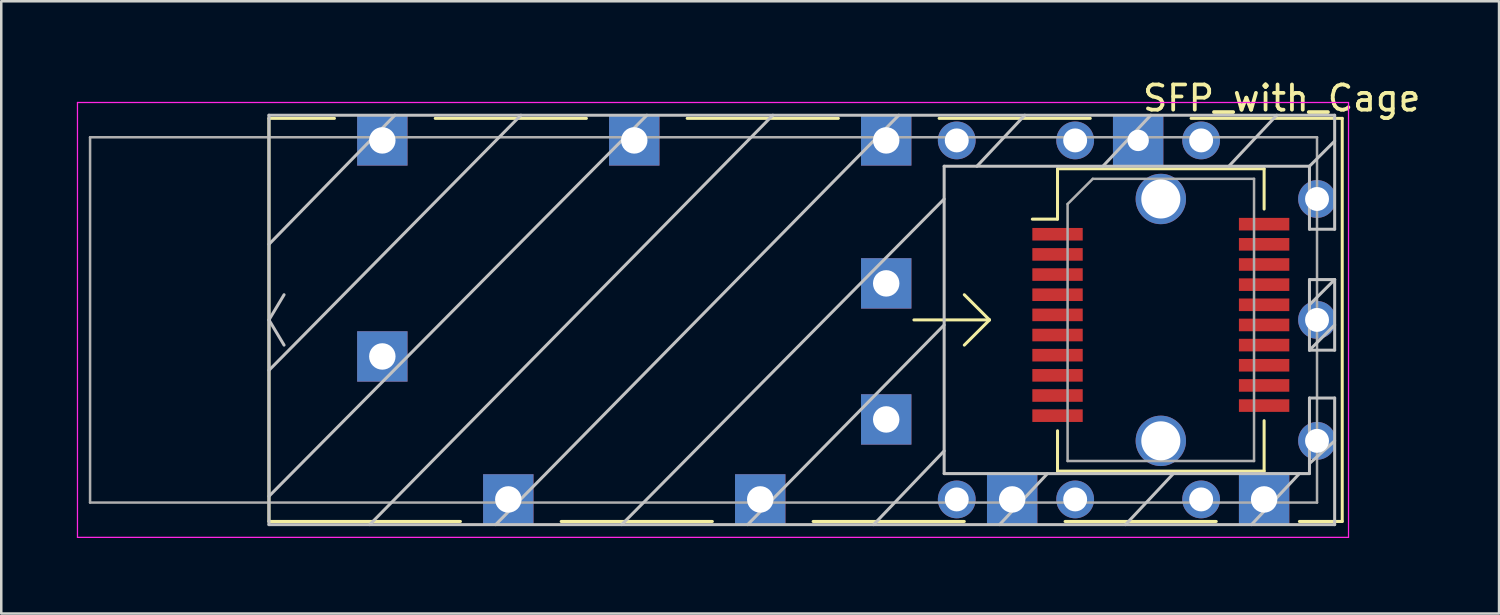
<source format=kicad_pcb>
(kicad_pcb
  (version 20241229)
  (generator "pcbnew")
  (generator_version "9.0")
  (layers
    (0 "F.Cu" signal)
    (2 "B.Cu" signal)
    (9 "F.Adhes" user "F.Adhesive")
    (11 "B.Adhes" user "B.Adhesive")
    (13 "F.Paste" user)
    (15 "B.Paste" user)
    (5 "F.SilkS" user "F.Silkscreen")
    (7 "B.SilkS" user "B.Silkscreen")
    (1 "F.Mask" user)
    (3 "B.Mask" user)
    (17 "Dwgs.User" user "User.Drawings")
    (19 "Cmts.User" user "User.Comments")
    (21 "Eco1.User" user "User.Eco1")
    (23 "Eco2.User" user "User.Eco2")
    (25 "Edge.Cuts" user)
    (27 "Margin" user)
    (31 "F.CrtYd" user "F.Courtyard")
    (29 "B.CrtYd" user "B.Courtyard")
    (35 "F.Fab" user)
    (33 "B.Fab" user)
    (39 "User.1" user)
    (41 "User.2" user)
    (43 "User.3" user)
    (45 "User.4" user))
  (footprint "SFP_with_Cage"
    (layer "F.Cu")
    (at 49.225 9.648)
    (property "Reference" "SFP_with_Cage" (at -1.4 -8.8 0) (layer "F.SilkS") (effects (font (size 1 1) (thickness 0.15))))
    (attr smd)
    (fp_line (start -41.6 8) (end -41.6 -8) (stroke (width 0.12) (type solid)) (layer "F.SilkS"))
    (fp_line (start -39 -8) (end -41.6 -8) (stroke (width 0.12) (type solid)) (layer "F.SilkS"))
    (fp_line (start -34 8) (end -41.6 8) (stroke (width 0.12) (type solid)) (layer "F.SilkS"))
    (fp_line (start -30 8) (end -24 8) (stroke (width 0.12) (type solid)) (layer "F.SilkS"))
    (fp_line (start -29 -8) (end -35 -8) (stroke (width 0.12) (type solid)) (layer "F.SilkS"))
    (fp_line (start -20 8) (end -14 8) (stroke (width 0.12) (type solid)) (layer "F.SilkS"))
    (fp_line (start -19 -8) (end -25 -8) (stroke (width 0.12) (type solid)) (layer "F.SilkS"))
    (fp_line (start -13 0) (end -16 0) (stroke (width 0.12) (type solid)) (layer "F.SilkS"))
    (fp_line (start -13 0) (end -14 -1) (stroke (width 0.12) (type solid)) (layer "F.SilkS"))
    (fp_line (start -13 0) (end -14 1) (stroke (width 0.12) (type solid)) (layer "F.SilkS"))
    (fp_line (start -10.3 -6) (end -10.3 -4) (stroke (width 0.12) (type solid)) (layer "F.SilkS"))
    (fp_line (start -10.3 -4) (end -11.3 -4) (stroke (width 0.12) (type solid)) (layer "F.SilkS"))
    (fp_line (start -10.3 4.4) (end -10.3 6) (stroke (width 0.12) (type solid)) (layer "F.SilkS"))
    (fp_line (start -10 8) (end -4 8) (stroke (width 0.12) (type solid)) (layer "F.SilkS"))
    (fp_line (start -9 -8) (end -15 -8) (stroke (width 0.12) (type solid)) (layer "F.SilkS"))
    (fp_line (start -2.1 -6) (end -10.3 -6) (stroke (width 0.12) (type solid)) (layer "F.SilkS"))
    (fp_line (start -2.1 -4.4) (end -2.1 -6) (stroke (width 0.12) (type solid)) (layer "F.SilkS"))
    (fp_line (start -2.1 4) (end -2.1 6) (stroke (width 0.12) (type solid)) (layer "F.SilkS"))
    (fp_line (start -2.1 6) (end -10.3 6) (stroke (width 0.12) (type solid)) (layer "F.SilkS"))
    (fp_line (start -0.7 8) (end 1 8) (stroke (width 0.12) (type solid)) (layer "F.SilkS"))
    (fp_line (start 1 -8) (end -5 -8) (stroke (width 0.12) (type solid)) (layer "F.SilkS"))
    (fp_line (start 1 8) (end 1 -8) (stroke (width 0.12) (type solid)) (layer "F.SilkS"))
    (fp_line (start -41.6 -8.125) (end 0.7 -8.125) (stroke (width 0.12) (type solid)) (layer "Dwgs.User"))
    (fp_line (start -41.6 0) (end -41 -1) (stroke (width 0.12) (type solid)) (layer "Dwgs.User"))
    (fp_line (start -41.6 8.125) (end -41.6 -8.125) (stroke (width 0.12) (type solid)) (layer "Dwgs.User"))
    (fp_line (start -41 1) (end -41.6 0) (stroke (width 0.12) (type solid)) (layer "Dwgs.User"))
    (fp_line (start -36.6 -8.125) (end -41.6 -3) (stroke (width 0.12) (type solid)) (layer "Dwgs.User"))
    (fp_line (start -31.6 -8.125) (end -41.6 2) (stroke (width 0.12) (type solid)) (layer "Dwgs.User"))
    (fp_line (start -27.6 8.125) (end -14.8 -4.8) (stroke (width 0.12) (type solid)) (layer "Dwgs.User"))
    (fp_line (start -26.6 -8.125) (end -41.6 7) (stroke (width 0.12) (type solid)) (layer "Dwgs.User"))
    (fp_line (start -22.6 8.125) (end -14.8 0.2) (stroke (width 0.12) (type solid)) (layer "Dwgs.User"))
    (fp_line (start -21.6 -8.125) (end -37.6 8.125) (stroke (width 0.12) (type solid)) (layer "Dwgs.User"))
    (fp_line (start -17.6 8.125) (end -14.8 5.2) (stroke (width 0.12) (type solid)) (layer "Dwgs.User"))
    (fp_line (start -16.6 -8.125) (end -32.6 8.125) (stroke (width 0.12) (type solid)) (layer "Dwgs.User"))
    (fp_line (start -14.8 -6.1) (end -14.8 6.1) (stroke (width 0.12) (type solid)) (layer "Dwgs.User"))
    (fp_line (start -14.8 6.1) (end -0.3 6.1) (stroke (width 0.12) (type solid)) (layer "Dwgs.User"))
    (fp_line (start -13.5 -6.1) (end -11.6 -8.125) (stroke (width 0.12) (type solid)) (layer "Dwgs.User"))
    (fp_line (start -12.6 8.125) (end -10.7 6.1) (stroke (width 0.12) (type solid)) (layer "Dwgs.User"))
    (fp_line (start -7.6 8.125) (end -5.7 6.1) (stroke (width 0.12) (type solid)) (layer "Dwgs.User"))
    (fp_line (start -6.6 -8.125) (end -8.5 -6.1) (stroke (width 0.12) (type solid)) (layer "Dwgs.User"))
    (fp_line (start -2.6 8.125) (end -0.7 6.1) (stroke (width 0.12) (type solid)) (layer "Dwgs.User"))
    (fp_line (start -1.6 -8.125) (end -3.5 -6.1) (stroke (width 0.12) (type solid)) (layer "Dwgs.User"))
    (fp_line (start -0.3 -6.1) (end -14.8 -6.1) (stroke (width 0.12) (type solid)) (layer "Dwgs.User"))
    (fp_line (start -0.3 -6.1) (end 0.7 -7.1) (stroke (width 0.12) (type solid)) (layer "Dwgs.User"))
    (fp_line (start -0.3 -3.6) (end -0.3 -6.1) (stroke (width 0.12) (type solid)) (layer "Dwgs.User"))
    (fp_line (start -0.3 -1.6) (end 0.7 -1.6) (stroke (width 0.12) (type solid)) (layer "Dwgs.User"))
    (fp_line (start -0.3 1.2) (end -0.3 -1.6) (stroke (width 0.12) (type solid)) (layer "Dwgs.User"))
    (fp_line (start -0.3 1.2) (end 0.7 0.2) (stroke (width 0.12) (type solid)) (layer "Dwgs.User"))
    (fp_line (start -0.3 3.1) (end 0.7 3.1) (stroke (width 0.12) (type solid)) (layer "Dwgs.User"))
    (fp_line (start -0.3 5.7) (end 0.7 4.8) (stroke (width 0.12) (type solid)) (layer "Dwgs.User"))
    (fp_line (start -0.3 6.1) (end -0.3 3.1) (stroke (width 0.12) (type solid)) (layer "Dwgs.User"))
    (fp_line (start 0.7 -8.125) (end 0.7 -3.6) (stroke (width 0.12) (type solid)) (layer "Dwgs.User"))
    (fp_line (start 0.7 -3.6) (end -0.3 -3.6) (stroke (width 0.12) (type solid)) (layer "Dwgs.User"))
    (fp_line (start 0.7 -1.6) (end -0.3 -0.6) (stroke (width 0.12) (type solid)) (layer "Dwgs.User"))
    (fp_line (start 0.7 -1.6) (end 0.7 1.2) (stroke (width 0.12) (type solid)) (layer "Dwgs.User"))
    (fp_line (start 0.7 1.2) (end -0.3 1.2) (stroke (width 0.12) (type solid)) (layer "Dwgs.User"))
    (fp_line (start 0.7 3.1) (end 0.7 8.125) (stroke (width 0.12) (type solid)) (layer "Dwgs.User"))
    (fp_line (start 0.7 8.125) (end -41.6 8.125) (stroke (width 0.12) (type solid)) (layer "Dwgs.User"))
    (fp_line (start -49.2 -8.63) (end -49.2 8.63) (stroke (width 0.05) (type solid)) (layer "F.CrtYd"))
    (fp_line (start -49.2 -8.63) (end 1.25 -8.63) (stroke (width 0.05) (type solid)) (layer "F.CrtYd"))
    (fp_line (start 1.25 8.63) (end -49.2 8.63) (stroke (width 0.05) (type solid)) (layer "F.CrtYd"))
    (fp_line (start 1.25 8.63) (end 1.25 -8.63) (stroke (width 0.05) (type solid)) (layer "F.CrtYd"))
    (fp_line (start -48.7 -7.25) (end -48.7 7.25) (stroke (width 0.1) (type solid)) (layer "F.Fab"))
    (fp_line (start -9.9 -4.6) (end -9.9 5.6) (stroke (width 0.1) (type solid)) (layer "F.Fab"))
    (fp_line (start -9.9 -4.6) (end -8.9 -5.6) (stroke (width 0.1) (type solid)) (layer "F.Fab"))
    (fp_line (start -2.5 -5.6) (end -8.9 -5.6) (stroke (width 0.1) (type solid)) (layer "F.Fab"))
    (fp_line (start -2.5 -5.6) (end -2.5 5.6) (stroke (width 0.1) (type solid)) (layer "F.Fab"))
    (fp_line (start -2.5 5.6) (end -9.9 5.6) (stroke (width 0.1) (type solid)) (layer "F.Fab"))
    (fp_line (start 0 -7.25) (end -48.7 -7.25) (stroke (width 0.1) (type solid)) (layer "F.Fab"))
    (fp_line (start 0 -7.25) (end 0 7.25) (stroke (width 0.1) (type solid)) (layer "F.Fab"))
    (fp_line (start 0 7.25) (end -48.7 7.25) (stroke (width 0.1) (type solid)) (layer "F.Fab"))
    (pad "" np_thru_hole circle (at -6.2 -4.8) (size 2 2) (drill 1.55) (layers "*.Cu" "*.Mask"))
    (pad "" np_thru_hole circle (at -6.2 4.8) (size 2 2) (drill 1.55) (layers "*.Cu" "*.Mask"))
    (pad "1" smd rect (at -10.3 -3.4) (size 2 0.5) (layers "F.Cu" "F.Mask" "F.Paste"))
    (pad "2" smd rect (at -10.3 -2.6) (size 2 0.5) (layers "F.Cu" "F.Mask" "F.Paste"))
    (pad "3" smd rect (at -10.3 -1.8) (size 2 0.5) (layers "F.Cu" "F.Mask" "F.Paste"))
    (pad "4" smd rect (at -10.3 -1) (size 2 0.5) (layers "F.Cu" "F.Mask" "F.Paste"))
    (pad "5" smd rect (at -10.3 -0.2) (size 2 0.5) (layers "F.Cu" "F.Mask" "F.Paste"))
    (pad "6" smd rect (at -10.3 0.6) (size 2 0.5) (layers "F.Cu" "F.Mask" "F.Paste"))
    (pad "7" smd rect (at -10.3 1.4) (size 2 0.5) (layers "F.Cu" "F.Mask" "F.Paste"))
    (pad "8" smd rect (at -10.3 2.2) (size 2 0.5) (layers "F.Cu" "F.Mask" "F.Paste"))
    (pad "9" smd rect (at -10.3 3) (size 2 0.5) (layers "F.Cu" "F.Mask" "F.Paste"))
    (pad "10" smd rect (at -10.3 3.8) (size 2 0.5) (layers "F.Cu" "F.Mask" "F.Paste"))
    (pad "11" smd rect (at -2.1 3.4) (size 2 0.5) (layers "F.Cu" "F.Mask" "F.Paste"))
    (pad "12" smd rect (at -2.1 2.6) (size 2 0.5) (layers "F.Cu" "F.Mask" "F.Paste"))
    (pad "13" smd rect (at -2.1 1.8) (size 2 0.5) (layers "F.Cu" "F.Mask" "F.Paste"))
    (pad "14" smd rect (at -2.1 1) (size 2 0.5) (layers "F.Cu" "F.Mask" "F.Paste"))
    (pad "15" smd rect (at -2.1 0.2) (size 2 0.5) (layers "F.Cu" "F.Mask" "F.Paste"))
    (pad "16" smd rect (at -2.1 -0.6) (size 2 0.5) (layers "F.Cu" "F.Mask" "F.Paste"))
    (pad "17" smd rect (at -2.1 -1.4) (size 2 0.5) (layers "F.Cu" "F.Mask" "F.Paste"))
    (pad "18" smd rect (at -2.1 -2.2) (size 2 0.5) (layers "F.Cu" "F.Mask" "F.Paste"))
    (pad "19" smd rect (at -2.1 -3) (size 2 0.5) (layers "F.Cu" "F.Mask" "F.Paste"))
    (pad "20" smd rect (at -2.1 -3.8) (size 2 0.5) (layers "F.Cu" "F.Mask" "F.Paste"))
    (pad "CAGE" thru_hole rect (at -37.1 -7.125) (size 2 2) (drill 1.05) (layers "*.Cu" "*.Mask"))
    (pad "CAGE" thru_hole rect (at -37.1 1.45) (size 2 2) (drill 1.05) (layers "*.Cu" "*.Mask"))
    (pad "CAGE" thru_hole rect (at -32.1 7.125) (size 2 2) (drill 1.05) (layers "*.Cu" "*.Mask"))
    (pad "CAGE" thru_hole rect (at -27.1 -7.125) (size 2 2) (drill 1.05) (layers "*.Cu" "*.Mask"))
    (pad "CAGE" thru_hole rect (at -22.1 7.125) (size 2 2) (drill 1.05) (layers "*.Cu" "*.Mask"))
    (pad "CAGE" thru_hole rect (at -17.1 -7.125) (size 2 2) (drill 1.05) (layers "*.Cu" "*.Mask"))
    (pad "CAGE" thru_hole rect (at -17.1 -1.45) (size 2 2) (drill 1.05) (layers "*.Cu" "*.Mask"))
    (pad "CAGE" thru_hole rect (at -17.1 3.95) (size 2 2) (drill 1.05) (layers "*.Cu" "*.Mask"))
    (pad "CAGE" thru_hole circle (at -14.3 -7.125) (size 1.5 1.5) (drill 0.95) (layers "*.Cu" "*.Mask"))
    (pad "CAGE" thru_hole circle (at -14.3 7.125) (size 1.5 1.5) (drill 0.95) (layers "*.Cu" "*.Mask"))
    (pad "CAGE" thru_hole rect (at -12.1 7.125) (size 2 2) (drill 1.05) (layers "*.Cu" "*.Mask"))
    (pad "CAGE" thru_hole circle (at -9.6 -7.125) (size 1.5 1.5) (drill 0.95) (layers "*.Cu" "*.Mask"))
    (pad "CAGE" thru_hole circle (at -9.6 7.125) (size 1.5 1.5) (drill 0.95) (layers "*.Cu" "*.Mask"))
    (pad "CAGE" thru_hole rect (at -7.1 -7.125) (size 2 2) (drill 0.85) (layers "*.Cu" "*.Mask"))
    (pad "CAGE" thru_hole circle (at -4.6 -7.125) (size 1.5 1.5) (drill 0.95) (layers "*.Cu" "*.Mask"))
    (pad "CAGE" thru_hole circle (at -4.6 7.125) (size 1.5 1.5) (drill 0.95) (layers "*.Cu" "*.Mask"))
    (pad "CAGE" thru_hole rect (at -2.1 7.125) (size 2 2) (drill 1.05) (layers "*.Cu" "*.Mask"))
    (pad "CAGE" thru_hole circle (at 0 -4.8) (size 1.5 1.5) (drill 0.95) (layers "*.Cu" "*.Mask"))
    (pad "CAGE" thru_hole circle (at 0 0) (size 1.5 1.5) (drill 0.95) (layers "*.Cu" "*.Mask"))
    (pad "CAGE" thru_hole circle (at 0 4.8) (size 1.5 1.5) (drill 0.95) (layers "*.Cu" "*.Mask")))
  (gr_rect
    (start -3 -3)
    (end 56.45 21.303)
    (stroke (width 0.1) (type default))
    (fill no)
    (layer "Edge.Cuts")))
</source>
